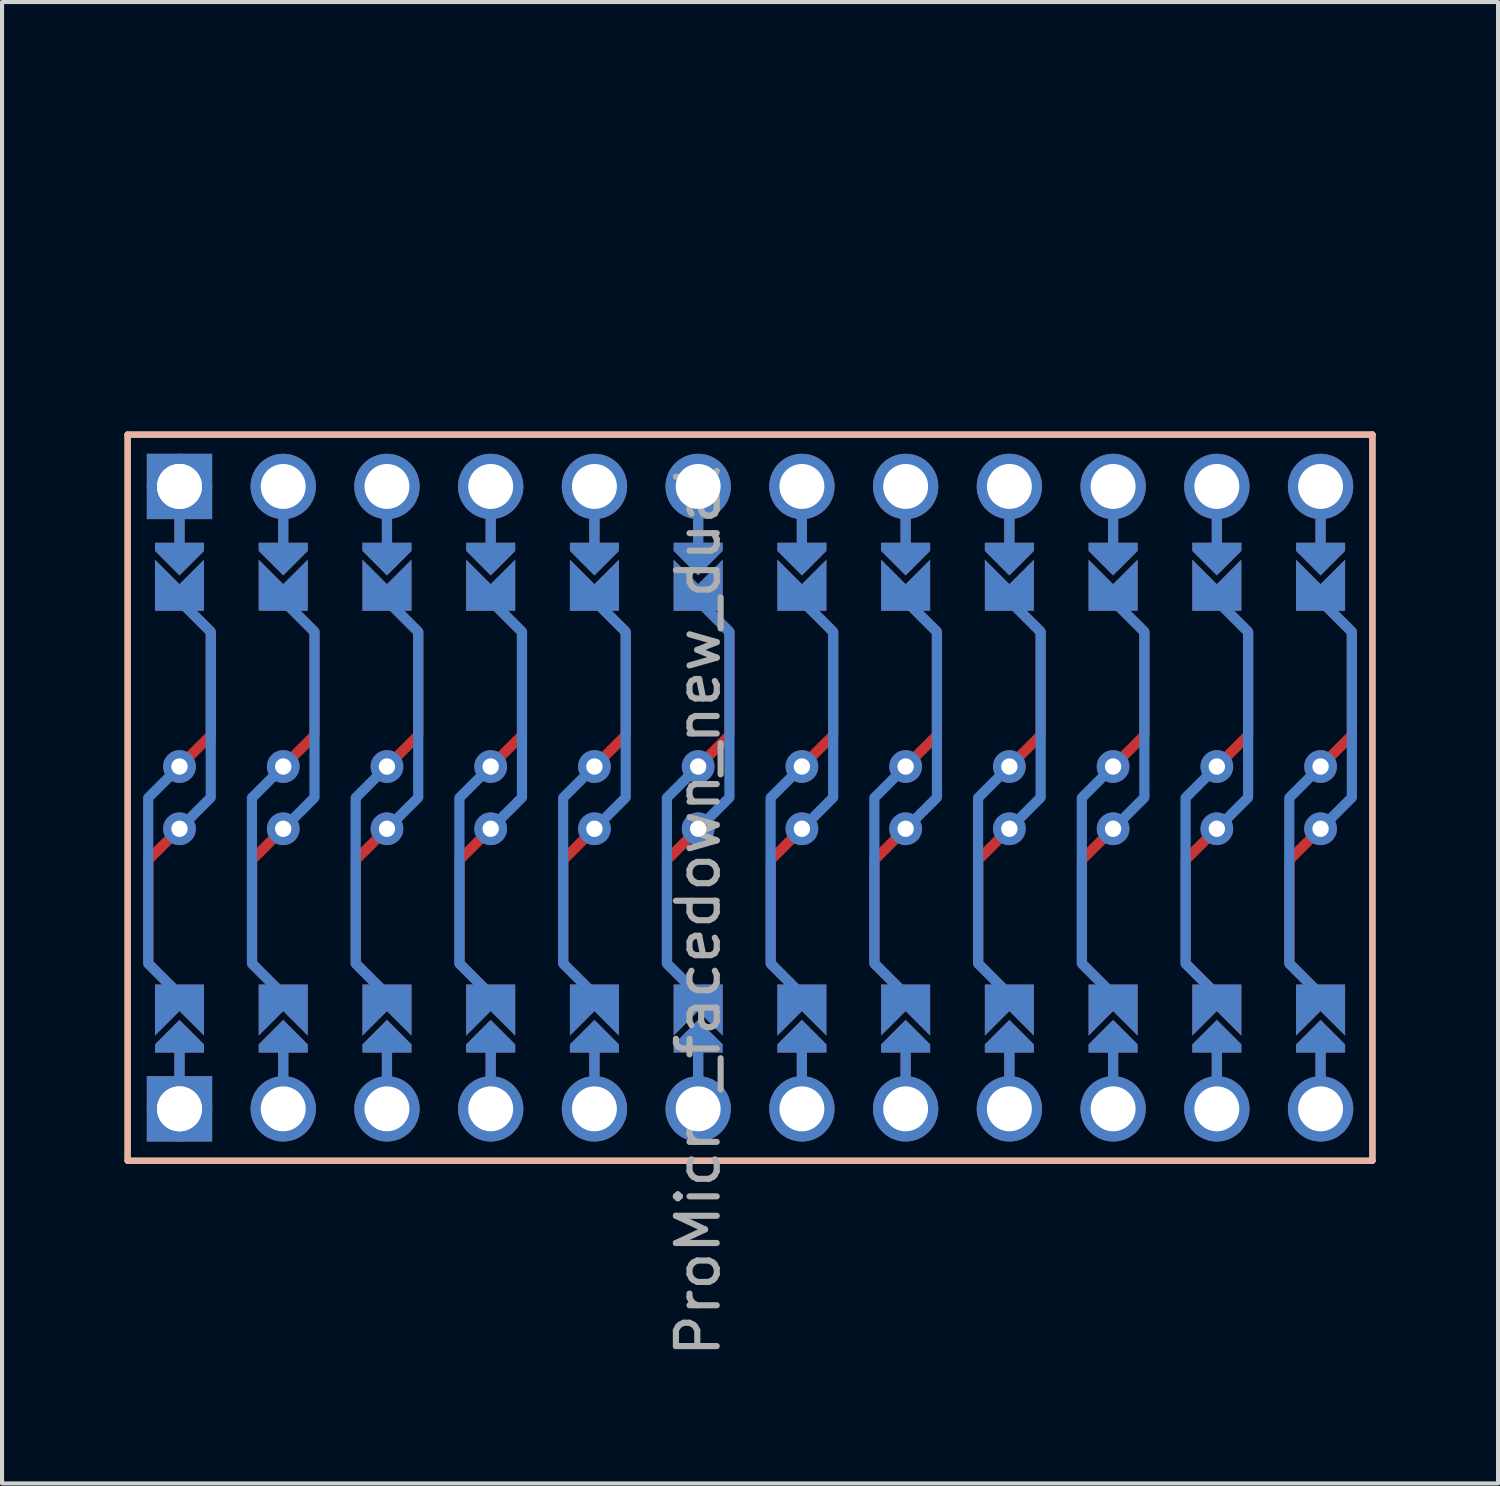
<source format=kicad_pcb>
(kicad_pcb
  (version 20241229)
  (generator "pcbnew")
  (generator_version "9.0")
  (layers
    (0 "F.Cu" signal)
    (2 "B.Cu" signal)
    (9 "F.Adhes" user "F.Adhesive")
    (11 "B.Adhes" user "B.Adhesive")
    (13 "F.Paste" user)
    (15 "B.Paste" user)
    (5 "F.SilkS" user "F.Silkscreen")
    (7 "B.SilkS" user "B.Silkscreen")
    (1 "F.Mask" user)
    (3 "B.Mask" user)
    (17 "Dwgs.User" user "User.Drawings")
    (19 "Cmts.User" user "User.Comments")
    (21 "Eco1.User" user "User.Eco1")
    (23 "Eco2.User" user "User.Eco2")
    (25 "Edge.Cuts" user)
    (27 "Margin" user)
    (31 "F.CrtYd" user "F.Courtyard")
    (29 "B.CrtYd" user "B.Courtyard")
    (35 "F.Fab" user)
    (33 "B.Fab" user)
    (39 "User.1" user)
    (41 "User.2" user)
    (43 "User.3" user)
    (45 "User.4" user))
  (footprint "ProMicro_facedown_new_dual"
    (layer "F.Cu")
    (at 15.315 16.481)
    (property "Reference" "ProMicro_facedown_new_dual" (at -1.27 2.762 270) (layer "F.Fab") (effects (font (size 1 1) (thickness 0.15))))
    (attr through_hole)
    (fp_circle (center -13.97 -0.762) (end -13.845 -0.762) (stroke (width 0.25) (type solid)) (fill no) (layer "F.Mask"))
    (fp_circle (center -13.97 0.762) (end -13.845 0.762) (stroke (width 0.25) (type solid)) (fill no) (layer "F.Mask"))
    (fp_circle (center -11.43 -0.762) (end -11.305 -0.762) (stroke (width 0.25) (type solid)) (fill no) (layer "F.Mask"))
    (fp_circle (center -11.43 0.762) (end -11.305 0.762) (stroke (width 0.25) (type solid)) (fill no) (layer "F.Mask"))
    (fp_circle (center -8.89 -0.762) (end -8.765 -0.762) (stroke (width 0.25) (type solid)) (fill no) (layer "F.Mask"))
    (fp_circle (center -8.89 0.762) (end -8.765 0.762) (stroke (width 0.25) (type solid)) (fill no) (layer "F.Mask"))
    (fp_circle (center -6.35 -0.762) (end -6.225 -0.762) (stroke (width 0.25) (type solid)) (fill no) (layer "F.Mask"))
    (fp_circle (center -6.35 0.762) (end -6.225 0.762) (stroke (width 0.25) (type solid)) (fill no) (layer "F.Mask"))
    (fp_circle (center -3.81 -0.762) (end -3.685 -0.762) (stroke (width 0.25) (type solid)) (fill no) (layer "F.Mask"))
    (fp_circle (center -3.81 0.762) (end -3.685 0.762) (stroke (width 0.25) (type solid)) (fill no) (layer "F.Mask"))
    (fp_circle (center -1.27 -0.762) (end -1.145 -0.762) (stroke (width 0.25) (type solid)) (fill no) (layer "F.Mask"))
    (fp_circle (center -1.27 0.762) (end -1.145 0.762) (stroke (width 0.25) (type solid)) (fill no) (layer "F.Mask"))
    (fp_circle (center 1.27 -0.762) (end 1.395 -0.762) (stroke (width 0.25) (type solid)) (fill no) (layer "F.Mask"))
    (fp_circle (center 1.27 0.762) (end 1.395 0.762) (stroke (width 0.25) (type solid)) (fill no) (layer "F.Mask"))
    (fp_circle (center 3.81 -0.762) (end 3.935 -0.762) (stroke (width 0.25) (type solid)) (fill no) (layer "F.Mask"))
    (fp_circle (center 3.81 0.762) (end 3.935 0.762) (stroke (width 0.25) (type solid)) (fill no) (layer "F.Mask"))
    (fp_circle (center 6.35 -0.762) (end 6.475 -0.762) (stroke (width 0.25) (type solid)) (fill no) (layer "F.Mask"))
    (fp_circle (center 6.35 0.762) (end 6.475 0.762) (stroke (width 0.25) (type solid)) (fill no) (layer "F.Mask"))
    (fp_circle (center 8.89 -0.762) (end 9.015 -0.762) (stroke (width 0.25) (type solid)) (fill no) (layer "F.Mask"))
    (fp_circle (center 8.89 0.762) (end 9.015 0.762) (stroke (width 0.25) (type solid)) (fill no) (layer "F.Mask"))
    (fp_circle (center 11.43 -0.762) (end 11.555 -0.762) (stroke (width 0.25) (type solid)) (fill no) (layer "F.Mask"))
    (fp_circle (center 11.43 0.762) (end 11.555 0.762) (stroke (width 0.25) (type solid)) (fill no) (layer "F.Mask"))
    (fp_circle (center 13.97 -0.762) (end 14.095 -0.762) (stroke (width 0.25) (type solid)) (fill no) (layer "F.Mask"))
    (fp_circle (center 13.97 0.762) (end 14.095 0.762) (stroke (width 0.25) (type solid)) (fill no) (layer "F.Mask"))
    (fp_poly (pts (xy -14.478 5.08) (xy -13.462 5.08) (xy -13.462 6.096) (xy -14.478 6.096)) (stroke (width 0.1) (type solid)) (fill yes) (layer "F.Mask"))
    (fp_poly (pts (xy -13.462 -5.08) (xy -14.478 -5.08) (xy -14.478 -6.096) (xy -13.462 -6.096)) (stroke (width 0.1) (type solid)) (fill yes) (layer "F.Mask"))
    (fp_poly (pts (xy -11.938 5.08) (xy -10.922 5.08) (xy -10.922 6.096) (xy -11.938 6.096)) (stroke (width 0.1) (type solid)) (fill yes) (layer "F.Mask"))
    (fp_poly (pts (xy -10.922 -5.08) (xy -11.938 -5.08) (xy -11.938 -6.096) (xy -10.922 -6.096)) (stroke (width 0.1) (type solid)) (fill yes) (layer "F.Mask"))
    (fp_poly (pts (xy -9.398 5.08) (xy -8.382 5.08) (xy -8.382 6.096) (xy -9.398 6.096)) (stroke (width 0.1) (type solid)) (fill yes) (layer "F.Mask"))
    (fp_poly (pts (xy -8.382 -5.08) (xy -9.398 -5.08) (xy -9.398 -6.096) (xy -8.382 -6.096)) (stroke (width 0.1) (type solid)) (fill yes) (layer "F.Mask"))
    (fp_poly (pts (xy -6.858 5.08) (xy -5.842 5.08) (xy -5.842 6.096) (xy -6.858 6.096)) (stroke (width 0.1) (type solid)) (fill yes) (layer "F.Mask"))
    (fp_poly (pts (xy -5.842 -5.08) (xy -6.858 -5.08) (xy -6.858 -6.096) (xy -5.842 -6.096)) (stroke (width 0.1) (type solid)) (fill yes) (layer "F.Mask"))
    (fp_poly (pts (xy -4.318 5.08) (xy -3.302 5.08) (xy -3.302 6.096) (xy -4.318 6.096)) (stroke (width 0.1) (type solid)) (fill yes) (layer "F.Mask"))
    (fp_poly (pts (xy -3.302 -5.08) (xy -4.318 -5.08) (xy -4.318 -6.096) (xy -3.302 -6.096)) (stroke (width 0.1) (type solid)) (fill yes) (layer "F.Mask"))
    (fp_poly (pts (xy -1.778 5.08) (xy -0.762 5.08) (xy -0.762 6.096) (xy -1.778 6.096)) (stroke (width 0.1) (type solid)) (fill yes) (layer "F.Mask"))
    (fp_poly (pts (xy -0.762 -5.08) (xy -1.778 -5.08) (xy -1.778 -6.096) (xy -0.762 -6.096)) (stroke (width 0.1) (type solid)) (fill yes) (layer "F.Mask"))
    (fp_poly (pts (xy 0.762 5.08) (xy 1.778 5.08) (xy 1.778 6.096) (xy 0.762 6.096)) (stroke (width 0.1) (type solid)) (fill yes) (layer "F.Mask"))
    (fp_poly (pts (xy 1.778 -5.08) (xy 0.762 -5.08) (xy 0.762 -6.096) (xy 1.778 -6.096)) (stroke (width 0.1) (type solid)) (fill yes) (layer "F.Mask"))
    (fp_poly (pts (xy 3.302 5.08) (xy 4.318 5.08) (xy 4.318 6.096) (xy 3.302 6.096)) (stroke (width 0.1) (type solid)) (fill yes) (layer "F.Mask"))
    (fp_poly (pts (xy 4.318 -5.08) (xy 3.302 -5.08) (xy 3.302 -6.096) (xy 4.318 -6.096)) (stroke (width 0.1) (type solid)) (fill yes) (layer "F.Mask"))
    (fp_poly (pts (xy 5.842 5.08) (xy 6.858 5.08) (xy 6.858 6.096) (xy 5.842 6.096)) (stroke (width 0.1) (type solid)) (fill yes) (layer "F.Mask"))
    (fp_poly (pts (xy 6.858 -5.08) (xy 5.842 -5.08) (xy 5.842 -6.096) (xy 6.858 -6.096)) (stroke (width 0.1) (type solid)) (fill yes) (layer "F.Mask"))
    (fp_poly (pts (xy 8.382 5.08) (xy 9.398 5.08) (xy 9.398 6.096) (xy 8.382 6.096)) (stroke (width 0.1) (type solid)) (fill yes) (layer "F.Mask"))
    (fp_poly (pts (xy 9.398 -5.08) (xy 8.382 -5.08) (xy 8.382 -6.096) (xy 9.398 -6.096)) (stroke (width 0.1) (type solid)) (fill yes) (layer "F.Mask"))
    (fp_poly (pts (xy 10.922 5.08) (xy 11.938 5.08) (xy 11.938 6.096) (xy 10.922 6.096)) (stroke (width 0.1) (type solid)) (fill yes) (layer "F.Mask"))
    (fp_poly (pts (xy 11.938 -5.08) (xy 10.922 -5.08) (xy 10.922 -6.096) (xy 11.938 -6.096)) (stroke (width 0.1) (type solid)) (fill yes) (layer "F.Mask"))
    (fp_poly (pts (xy 13.462 5.08) (xy 14.478 5.08) (xy 14.478 6.096) (xy 13.462 6.096)) (stroke (width 0.1) (type solid)) (fill yes) (layer "F.Mask"))
    (fp_poly (pts (xy 14.478 -5.08) (xy 13.462 -5.08) (xy 13.462 -6.096) (xy 14.478 -6.096)) (stroke (width 0.1) (type solid)) (fill yes) (layer "F.Mask"))
    (fp_circle (center -13.97 -0.762) (end -13.845 -0.762) (stroke (width 0.25) (type solid)) (fill no) (layer "B.Mask"))
    (fp_circle (center -13.97 0.762) (end -13.845 0.762) (stroke (width 0.25) (type solid)) (fill no) (layer "B.Mask"))
    (fp_circle (center -11.43 -0.762) (end -11.305 -0.762) (stroke (width 0.25) (type solid)) (fill no) (layer "B.Mask"))
    (fp_circle (center -11.43 0.762) (end -11.305 0.762) (stroke (width 0.25) (type solid)) (fill no) (layer "B.Mask"))
    (fp_circle (center -8.89 -0.762) (end -8.765 -0.762) (stroke (width 0.25) (type solid)) (fill no) (layer "B.Mask"))
    (fp_circle (center -8.89 0.762) (end -8.765 0.762) (stroke (width 0.25) (type solid)) (fill no) (layer "B.Mask"))
    (fp_circle (center -6.35 -0.762) (end -6.225 -0.762) (stroke (width 0.25) (type solid)) (fill no) (layer "B.Mask"))
    (fp_circle (center -6.35 0.762) (end -6.225 0.762) (stroke (width 0.25) (type solid)) (fill no) (layer "B.Mask"))
    (fp_circle (center -3.81 -0.762) (end -3.685 -0.762) (stroke (width 0.25) (type solid)) (fill no) (layer "B.Mask"))
    (fp_circle (center -3.81 0.762) (end -3.685 0.762) (stroke (width 0.25) (type solid)) (fill no) (layer "B.Mask"))
    (fp_circle (center -1.27 -0.762) (end -1.145 -0.762) (stroke (width 0.25) (type solid)) (fill no) (layer "B.Mask"))
    (fp_circle (center -1.27 0.762) (end -1.145 0.762) (stroke (width 0.25) (type solid)) (fill no) (layer "B.Mask"))
    (fp_circle (center 1.27 -0.762) (end 1.395 -0.762) (stroke (width 0.25) (type solid)) (fill no) (layer "B.Mask"))
    (fp_circle (center 1.27 0.762) (end 1.395 0.762) (stroke (width 0.25) (type solid)) (fill no) (layer "B.Mask"))
    (fp_circle (center 3.81 -0.762) (end 3.935 -0.762) (stroke (width 0.25) (type solid)) (fill no) (layer "B.Mask"))
    (fp_circle (center 3.81 0.762) (end 3.935 0.762) (stroke (width 0.25) (type solid)) (fill no) (layer "B.Mask"))
    (fp_circle (center 6.35 -0.762) (end 6.475 -0.762) (stroke (width 0.25) (type solid)) (fill no) (layer "B.Mask"))
    (fp_circle (center 6.35 0.762) (end 6.475 0.762) (stroke (width 0.25) (type solid)) (fill no) (layer "B.Mask"))
    (fp_circle (center 8.89 -0.762) (end 9.015 -0.762) (stroke (width 0.25) (type solid)) (fill no) (layer "B.Mask"))
    (fp_circle (center 8.89 0.762) (end 9.015 0.762) (stroke (width 0.25) (type solid)) (fill no) (layer "B.Mask"))
    (fp_circle (center 11.43 -0.762) (end 11.555 -0.762) (stroke (width 0.25) (type solid)) (fill no) (layer "B.Mask"))
    (fp_circle (center 11.43 0.762) (end 11.555 0.762) (stroke (width 0.25) (type solid)) (fill no) (layer "B.Mask"))
    (fp_circle (center 13.97 -0.762) (end 14.095 -0.762) (stroke (width 0.25) (type solid)) (fill no) (layer "B.Mask"))
    (fp_circle (center 13.97 0.762) (end 14.095 0.762) (stroke (width 0.25) (type solid)) (fill no) (layer "B.Mask"))
    (fp_poly (pts (xy -14.478 5.08) (xy -13.462 5.08) (xy -13.462 6.096) (xy -14.478 6.096)) (stroke (width 0.1) (type solid)) (fill yes) (layer "B.Mask"))
    (fp_poly (pts (xy -13.462 -5.08) (xy -14.478 -5.08) (xy -14.478 -6.096) (xy -13.462 -6.096)) (stroke (width 0.1) (type solid)) (fill yes) (layer "B.Mask"))
    (fp_poly (pts (xy -11.938 5.08) (xy -10.922 5.08) (xy -10.922 6.096) (xy -11.938 6.096)) (stroke (width 0.1) (type solid)) (fill yes) (layer "B.Mask"))
    (fp_poly (pts (xy -10.922 -5.08) (xy -11.938 -5.08) (xy -11.938 -6.096) (xy -10.922 -6.096)) (stroke (width 0.1) (type solid)) (fill yes) (layer "B.Mask"))
    (fp_poly (pts (xy -9.398 5.08) (xy -8.382 5.08) (xy -8.382 6.096) (xy -9.398 6.096)) (stroke (width 0.1) (type solid)) (fill yes) (layer "B.Mask"))
    (fp_poly (pts (xy -8.382 -5.08) (xy -9.398 -5.08) (xy -9.398 -6.096) (xy -8.382 -6.096)) (stroke (width 0.1) (type solid)) (fill yes) (layer "B.Mask"))
    (fp_poly (pts (xy -6.858 5.08) (xy -5.842 5.08) (xy -5.842 6.096) (xy -6.858 6.096)) (stroke (width 0.1) (type solid)) (fill yes) (layer "B.Mask"))
    (fp_poly (pts (xy -5.842 -5.08) (xy -6.858 -5.08) (xy -6.858 -6.096) (xy -5.842 -6.096)) (stroke (width 0.1) (type solid)) (fill yes) (layer "B.Mask"))
    (fp_poly (pts (xy -4.318 5.08) (xy -3.302 5.08) (xy -3.302 6.096) (xy -4.318 6.096)) (stroke (width 0.1) (type solid)) (fill yes) (layer "B.Mask"))
    (fp_poly (pts (xy -3.302 -5.08) (xy -4.318 -5.08) (xy -4.318 -6.096) (xy -3.302 -6.096)) (stroke (width 0.1) (type solid)) (fill yes) (layer "B.Mask"))
    (fp_poly (pts (xy -1.778 5.08) (xy -0.762 5.08) (xy -0.762 6.096) (xy -1.778 6.096)) (stroke (width 0.1) (type solid)) (fill yes) (layer "B.Mask"))
    (fp_poly (pts (xy -0.762 -5.08) (xy -1.778 -5.08) (xy -1.778 -6.096) (xy -0.762 -6.096)) (stroke (width 0.1) (type solid)) (fill yes) (layer "B.Mask"))
    (fp_poly (pts (xy 0.762 5.08) (xy 1.778 5.08) (xy 1.778 6.096) (xy 0.762 6.096)) (stroke (width 0.1) (type solid)) (fill yes) (layer "B.Mask"))
    (fp_poly (pts (xy 1.778 -5.08) (xy 0.762 -5.08) (xy 0.762 -6.096) (xy 1.778 -6.096)) (stroke (width 0.1) (type solid)) (fill yes) (layer "B.Mask"))
    (fp_poly (pts (xy 3.302 5.08) (xy 4.318 5.08) (xy 4.318 6.096) (xy 3.302 6.096)) (stroke (width 0.1) (type solid)) (fill yes) (layer "B.Mask"))
    (fp_poly (pts (xy 4.318 -5.08) (xy 3.302 -5.08) (xy 3.302 -6.096) (xy 4.318 -6.096)) (stroke (width 0.1) (type solid)) (fill yes) (layer "B.Mask"))
    (fp_poly (pts (xy 5.842 5.08) (xy 6.858 5.08) (xy 6.858 6.096) (xy 5.842 6.096)) (stroke (width 0.1) (type solid)) (fill yes) (layer "B.Mask"))
    (fp_poly (pts (xy 6.858 -5.08) (xy 5.842 -5.08) (xy 5.842 -6.096) (xy 6.858 -6.096)) (stroke (width 0.1) (type solid)) (fill yes) (layer "B.Mask"))
    (fp_poly (pts (xy 8.382 5.08) (xy 9.398 5.08) (xy 9.398 6.096) (xy 8.382 6.096)) (stroke (width 0.1) (type solid)) (fill yes) (layer "B.Mask"))
    (fp_poly (pts (xy 9.398 -5.08) (xy 8.382 -5.08) (xy 8.382 -6.096) (xy 9.398 -6.096)) (stroke (width 0.1) (type solid)) (fill yes) (layer "B.Mask"))
    (fp_poly (pts (xy 10.922 5.08) (xy 11.938 5.08) (xy 11.938 6.096) (xy 10.922 6.096)) (stroke (width 0.1) (type solid)) (fill yes) (layer "B.Mask"))
    (fp_poly (pts (xy 11.938 -5.08) (xy 10.922 -5.08) (xy 10.922 -6.096) (xy 11.938 -6.096)) (stroke (width 0.1) (type solid)) (fill yes) (layer "B.Mask"))
    (fp_poly (pts (xy 13.462 5.08) (xy 14.478 5.08) (xy 14.478 6.096) (xy 13.462 6.096)) (stroke (width 0.1) (type solid)) (fill yes) (layer "B.Mask"))
    (fp_poly (pts (xy 14.478 -5.08) (xy 13.462 -5.08) (xy 13.462 -6.096) (xy 14.478 -6.096)) (stroke (width 0.1) (type solid)) (fill yes) (layer "B.Mask"))
    (fp_line (start -15.24 -8.89) (end 15.24 -8.89) (stroke (width 0.15) (type solid)) (layer "F.SilkS"))
    (fp_line (start -15.24 8.89) (end -15.24 -8.89) (stroke (width 0.15) (type solid)) (layer "F.SilkS"))
    (fp_line (start -15.24 8.89) (end 15.24 8.89) (stroke (width 0.15) (type solid)) (layer "F.SilkS"))
    (fp_line (start 15.24 -8.89) (end 15.24 8.89) (stroke (width 0.15) (type solid)) (layer "F.SilkS"))
    (fp_line (start -15.24 -8.89) (end 15.24 -8.89) (stroke (width 0.15) (type solid)) (layer "B.SilkS"))
    (fp_line (start -15.24 8.89) (end -15.24 -8.89) (stroke (width 0.15) (type solid)) (layer "B.SilkS"))
    (fp_line (start -15.24 8.89) (end 15.24 8.89) (stroke (width 0.15) (type solid)) (layer "B.SilkS"))
    (fp_line (start 15.24 -8.89) (end 15.24 8.89) (stroke (width 0.15) (type solid)) (layer "B.SilkS"))
    (fp_text user "" (at -1.206 -16.256 90) (layer "B.SilkS") (effects (font (size 1 1) (thickness 0.15)) (justify mirror)))
    (pad "" thru_hole circle (at -13.97 -7.62) (size 1.6 1.6) (drill 1.1) (layers "*.Cu" "*.Mask"))
    (pad "" thru_hole rect (at -13.97 -7.62) (size 1.6 1.6) (drill 1.1) (layers "B.Cu" "B.Mask"))
    (pad "" smd custom (at -13.97 -6.35) (size 0.25 1) (layers "F.Cu") (options (anchor rect)) (primitives))
    (pad "" smd custom (at -13.97 -6.35) (size 0.25 1) (layers "B.Cu") (options (anchor rect)) (primitives))
    (pad "" smd custom (at -13.97 -5.842) (size 0.1 0.1) (layers "F.Cu" "F.Mask") (options (anchor rect)) (primitives (gr_poly (pts (xy 0.6 -0.2) (xy 0 0.4) (xy -0.6 -0.2) (xy -0.6 -0.4) (xy 0.6 -0.4)) (width 0) (fill yes))))
    (pad "" smd custom (at -13.97 -5.842) (size 0.1 0.1) (layers "B.Cu" "B.Mask") (options (anchor rect)) (primitives (gr_poly (pts (xy 0.6 -0.2) (xy 0 0.4) (xy -0.6 -0.2) (xy -0.6 -0.4) (xy 0.6 -0.4)) (width 0) (fill yes))))
    (pad "" smd custom (at -13.97 5.842 180) (size 0.1 0.1) (layers "F.Cu" "F.Mask") (options (anchor rect)) (primitives (gr_poly (pts (xy 0.6 -0.2) (xy 0 0.4) (xy -0.6 -0.2) (xy -0.6 -0.4) (xy 0.6 -0.4)) (width 0) (fill yes))))
    (pad "" smd custom (at -13.97 5.842 180) (size 0.1 0.1) (layers "B.Cu" "B.Mask") (options (anchor rect)) (primitives (gr_poly (pts (xy 0.6 -0.2) (xy 0 0.4) (xy -0.6 -0.2) (xy -0.6 -0.4) (xy 0.6 -0.4)) (width 0) (fill yes))))
    (pad "" smd custom (at -13.97 6.35 180) (size 0.25 1) (layers "F.Cu") (options (anchor rect)) (primitives))
    (pad "" smd custom (at -13.97 6.35 180) (size 0.25 1) (layers "B.Cu") (options (anchor rect)) (primitives))
    (pad "" thru_hole circle (at -13.97 7.62) (size 1.6 1.6) (drill 1.1) (layers "*.Cu" "*.Mask"))
    (pad "" thru_hole rect (at -13.97 7.62) (size 1.6 1.6) (drill 1.1) (layers "F.Cu" "F.Mask"))
    (pad "" thru_hole circle (at -11.43 -7.62) (size 1.6 1.6) (drill 1.1) (layers "*.Cu" "*.Mask"))
    (pad "" smd custom (at -11.43 -6.35) (size 0.25 1) (layers "F.Cu") (options (anchor rect)) (primitives))
    (pad "" smd custom (at -11.43 -6.35) (size 0.25 1) (layers "B.Cu") (options (anchor rect)) (primitives))
    (pad "" smd custom (at -11.43 -5.842) (size 0.1 0.1) (layers "F.Cu" "F.Mask") (options (anchor rect)) (primitives (gr_poly (pts (xy 0.6 -0.2) (xy 0 0.4) (xy -0.6 -0.2) (xy -0.6 -0.4) (xy 0.6 -0.4)) (width 0) (fill yes))))
    (pad "" smd custom (at -11.43 -5.842) (size 0.1 0.1) (layers "B.Cu" "B.Mask") (options (anchor rect)) (primitives (gr_poly (pts (xy 0.6 -0.2) (xy 0 0.4) (xy -0.6 -0.2) (xy -0.6 -0.4) (xy 0.6 -0.4)) (width 0) (fill yes))))
    (pad "" smd custom (at -11.43 5.842 180) (size 0.1 0.1) (layers "F.Cu" "F.Mask") (options (anchor rect)) (primitives (gr_poly (pts (xy 0.6 -0.2) (xy 0 0.4) (xy -0.6 -0.2) (xy -0.6 -0.4) (xy 0.6 -0.4)) (width 0) (fill yes))))
    (pad "" smd custom (at -11.43 5.842 180) (size 0.1 0.1) (layers "B.Cu" "B.Mask") (options (anchor rect)) (primitives (gr_poly (pts (xy 0.6 -0.2) (xy 0 0.4) (xy -0.6 -0.2) (xy -0.6 -0.4) (xy 0.6 -0.4)) (width 0) (fill yes))))
    (pad "" smd custom (at -11.43 6.35 180) (size 0.25 1) (layers "F.Cu") (options (anchor rect)) (primitives))
    (pad "" smd custom (at -11.43 6.35 180) (size 0.25 1) (layers "B.Cu") (options (anchor rect)) (primitives))
    (pad "" thru_hole circle (at -11.43 7.62) (size 1.6 1.6) (drill 1.1) (layers "*.Cu" "*.Mask"))
    (pad "" thru_hole circle (at -8.89 -7.62) (size 1.6 1.6) (drill 1.1) (layers "*.Cu" "*.Mask"))
    (pad "" smd custom (at -8.89 -6.35) (size 0.25 1) (layers "F.Cu") (options (anchor rect)) (primitives))
    (pad "" smd custom (at -8.89 -6.35) (size 0.25 1) (layers "B.Cu") (options (anchor rect)) (primitives))
    (pad "" smd custom (at -8.89 -5.842) (size 0.1 0.1) (layers "F.Cu" "F.Mask") (options (anchor rect)) (primitives (gr_poly (pts (xy 0.6 -0.2) (xy 0 0.4) (xy -0.6 -0.2) (xy -0.6 -0.4) (xy 0.6 -0.4)) (width 0) (fill yes))))
    (pad "" smd custom (at -8.89 -5.842) (size 0.1 0.1) (layers "B.Cu" "B.Mask") (options (anchor rect)) (primitives (gr_poly (pts (xy 0.6 -0.2) (xy 0 0.4) (xy -0.6 -0.2) (xy -0.6 -0.4) (xy 0.6 -0.4)) (width 0) (fill yes))))
    (pad "" smd custom (at -8.89 5.842 180) (size 0.1 0.1) (layers "F.Cu" "F.Mask") (options (anchor rect)) (primitives (gr_poly (pts (xy 0.6 -0.2) (xy 0 0.4) (xy -0.6 -0.2) (xy -0.6 -0.4) (xy 0.6 -0.4)) (width 0) (fill yes))))
    (pad "" smd custom (at -8.89 5.842 180) (size 0.1 0.1) (layers "B.Cu" "B.Mask") (options (anchor rect)) (primitives (gr_poly (pts (xy 0.6 -0.2) (xy 0 0.4) (xy -0.6 -0.2) (xy -0.6 -0.4) (xy 0.6 -0.4)) (width 0) (fill yes))))
    (pad "" smd custom (at -8.89 6.35 180) (size 0.25 1) (layers "F.Cu") (options (anchor rect)) (primitives))
    (pad "" smd custom (at -8.89 6.35 180) (size 0.25 1) (layers "B.Cu") (options (anchor rect)) (primitives))
    (pad "" thru_hole circle (at -8.89 7.62) (size 1.6 1.6) (drill 1.1) (layers "*.Cu" "*.Mask"))
    (pad "" thru_hole circle (at -6.35 -7.62) (size 1.6 1.6) (drill 1.1) (layers "*.Cu" "*.Mask"))
    (pad "" smd custom (at -6.35 -6.35) (size 0.25 1) (layers "F.Cu") (options (anchor rect)) (primitives))
    (pad "" smd custom (at -6.35 -6.35) (size 0.25 1) (layers "B.Cu") (options (anchor rect)) (primitives))
    (pad "" smd custom (at -6.35 -5.842) (size 0.1 0.1) (layers "F.Cu" "F.Mask") (options (anchor rect)) (primitives (gr_poly (pts (xy 0.6 -0.2) (xy 0 0.4) (xy -0.6 -0.2) (xy -0.6 -0.4) (xy 0.6 -0.4)) (width 0) (fill yes))))
    (pad "" smd custom (at -6.35 -5.842) (size 0.1 0.1) (layers "B.Cu" "B.Mask") (options (anchor rect)) (primitives (gr_poly (pts (xy 0.6 -0.2) (xy 0 0.4) (xy -0.6 -0.2) (xy -0.6 -0.4) (xy 0.6 -0.4)) (width 0) (fill yes))))
    (pad "" smd custom (at -6.35 5.842 180) (size 0.1 0.1) (layers "F.Cu" "F.Mask") (options (anchor rect)) (primitives (gr_poly (pts (xy 0.6 -0.2) (xy 0 0.4) (xy -0.6 -0.2) (xy -0.6 -0.4) (xy 0.6 -0.4)) (width 0) (fill yes))))
    (pad "" smd custom (at -6.35 5.842 180) (size 0.1 0.1) (layers "B.Cu" "B.Mask") (options (anchor rect)) (primitives (gr_poly (pts (xy 0.6 -0.2) (xy 0 0.4) (xy -0.6 -0.2) (xy -0.6 -0.4) (xy 0.6 -0.4)) (width 0) (fill yes))))
    (pad "" smd custom (at -6.35 6.35 180) (size 0.25 1) (layers "F.Cu") (options (anchor rect)) (primitives))
    (pad "" smd custom (at -6.35 6.35 180) (size 0.25 1) (layers "B.Cu") (options (anchor rect)) (primitives))
    (pad "" thru_hole circle (at -6.35 7.62) (size 1.6 1.6) (drill 1.1) (layers "*.Cu" "*.Mask"))
    (pad "" thru_hole circle (at -3.81 -7.62) (size 1.6 1.6) (drill 1.1) (layers "*.Cu" "*.Mask"))
    (pad "" smd custom (at -3.81 -6.35) (size 0.25 1) (layers "F.Cu") (options (anchor rect)) (primitives))
    (pad "" smd custom (at -3.81 -6.35) (size 0.25 1) (layers "B.Cu") (options (anchor rect)) (primitives))
    (pad "" smd custom (at -3.81 -5.842) (size 0.1 0.1) (layers "F.Cu" "F.Mask") (options (anchor rect)) (primitives (gr_poly (pts (xy 0.6 -0.2) (xy 0 0.4) (xy -0.6 -0.2) (xy -0.6 -0.4) (xy 0.6 -0.4)) (width 0) (fill yes))))
    (pad "" smd custom (at -3.81 -5.842) (size 0.1 0.1) (layers "B.Cu" "B.Mask") (options (anchor rect)) (primitives (gr_poly (pts (xy 0.6 -0.2) (xy 0 0.4) (xy -0.6 -0.2) (xy -0.6 -0.4) (xy 0.6 -0.4)) (width 0) (fill yes))))
    (pad "" smd custom (at -3.81 5.842 180) (size 0.1 0.1) (layers "F.Cu" "F.Mask") (options (anchor rect)) (primitives (gr_poly (pts (xy 0.6 -0.2) (xy 0 0.4) (xy -0.6 -0.2) (xy -0.6 -0.4) (xy 0.6 -0.4)) (width 0) (fill yes))))
    (pad "" smd custom (at -3.81 5.842 180) (size 0.1 0.1) (layers "B.Cu" "B.Mask") (options (anchor rect)) (primitives (gr_poly (pts (xy 0.6 -0.2) (xy 0 0.4) (xy -0.6 -0.2) (xy -0.6 -0.4) (xy 0.6 -0.4)) (width 0) (fill yes))))
    (pad "" smd custom (at -3.81 6.35 180) (size 0.25 1) (layers "F.Cu") (options (anchor rect)) (primitives))
    (pad "" smd custom (at -3.81 6.35 180) (size 0.25 1) (layers "B.Cu") (options (anchor rect)) (primitives))
    (pad "" thru_hole circle (at -3.81 7.62) (size 1.6 1.6) (drill 1.1) (layers "*.Cu" "*.Mask"))
    (pad "" thru_hole circle (at -1.27 -7.62) (size 1.6 1.6) (drill 1.1) (layers "*.Cu" "*.Mask"))
    (pad "" smd custom (at -1.27 -6.35) (size 0.25 1) (layers "F.Cu") (options (anchor rect)) (primitives))
    (pad "" smd custom (at -1.27 -6.35) (size 0.25 1) (layers "B.Cu") (options (anchor rect)) (primitives))
    (pad "" smd custom (at -1.27 -5.842) (size 0.1 0.1) (layers "F.Cu" "F.Mask") (options (anchor rect)) (primitives (gr_poly (pts (xy 0.6 -0.2) (xy 0 0.4) (xy -0.6 -0.2) (xy -0.6 -0.4) (xy 0.6 -0.4)) (width 0) (fill yes))))
    (pad "" smd custom (at -1.27 -5.842) (size 0.1 0.1) (layers "B.Cu" "B.Mask") (options (anchor rect)) (primitives (gr_poly (pts (xy 0.6 -0.2) (xy 0 0.4) (xy -0.6 -0.2) (xy -0.6 -0.4) (xy 0.6 -0.4)) (width 0) (fill yes))))
    (pad "" smd custom (at -1.27 5.842 180) (size 0.1 0.1) (layers "F.Cu" "F.Mask") (options (anchor rect)) (primitives (gr_poly (pts (xy 0.6 -0.2) (xy 0 0.4) (xy -0.6 -0.2) (xy -0.6 -0.4) (xy 0.6 -0.4)) (width 0) (fill yes))))
    (pad "" smd custom (at -1.27 5.842 180) (size 0.1 0.1) (layers "B.Cu" "B.Mask") (options (anchor rect)) (primitives (gr_poly (pts (xy 0.6 -0.2) (xy 0 0.4) (xy -0.6 -0.2) (xy -0.6 -0.4) (xy 0.6 -0.4)) (width 0) (fill yes))))
    (pad "" smd custom (at -1.27 6.35 180) (size 0.25 1) (layers "F.Cu") (options (anchor rect)) (primitives))
    (pad "" smd custom (at -1.27 6.35 180) (size 0.25 1) (layers "B.Cu") (options (anchor rect)) (primitives))
    (pad "" thru_hole circle (at -1.27 7.62) (size 1.6 1.6) (drill 1.1) (layers "*.Cu" "*.Mask"))
    (pad "" thru_hole circle (at 1.27 -7.62) (size 1.6 1.6) (drill 1.1) (layers "*.Cu" "*.Mask"))
    (pad "" smd custom (at 1.27 -6.35) (size 0.25 1) (layers "F.Cu") (options (anchor rect)) (primitives))
    (pad "" smd custom (at 1.27 -6.35) (size 0.25 1) (layers "B.Cu") (options (anchor rect)) (primitives))
    (pad "" smd custom (at 1.27 -5.842) (size 0.1 0.1) (layers "F.Cu" "F.Mask") (options (anchor rect)) (primitives (gr_poly (pts (xy 0.6 -0.2) (xy 0 0.4) (xy -0.6 -0.2) (xy -0.6 -0.4) (xy 0.6 -0.4)) (width 0) (fill yes))))
    (pad "" smd custom (at 1.27 -5.842) (size 0.1 0.1) (layers "B.Cu" "B.Mask") (options (anchor rect)) (primitives (gr_poly (pts (xy 0.6 -0.2) (xy 0 0.4) (xy -0.6 -0.2) (xy -0.6 -0.4) (xy 0.6 -0.4)) (width 0) (fill yes))))
    (pad "" smd custom (at 1.27 5.842 180) (size 0.1 0.1) (layers "F.Cu" "F.Mask") (options (anchor rect)) (primitives (gr_poly (pts (xy 0.6 -0.2) (xy 0 0.4) (xy -0.6 -0.2) (xy -0.6 -0.4) (xy 0.6 -0.4)) (width 0) (fill yes))))
    (pad "" smd custom (at 1.27 5.842 180) (size 0.1 0.1) (layers "B.Cu" "B.Mask") (options (anchor rect)) (primitives (gr_poly (pts (xy 0.6 -0.2) (xy 0 0.4) (xy -0.6 -0.2) (xy -0.6 -0.4) (xy 0.6 -0.4)) (width 0) (fill yes))))
    (pad "" smd custom (at 1.27 6.35 180) (size 0.25 1) (layers "F.Cu") (options (anchor rect)) (primitives))
    (pad "" smd custom (at 1.27 6.35 180) (size 0.25 1) (layers "B.Cu") (options (anchor rect)) (primitives))
    (pad "" thru_hole circle (at 1.27 7.62) (size 1.6 1.6) (drill 1.1) (layers "*.Cu" "*.Mask"))
    (pad "" thru_hole circle (at 3.81 -7.62) (size 1.6 1.6) (drill 1.1) (layers "*.Cu" "*.Mask"))
    (pad "" smd custom (at 3.81 -6.35) (size 0.25 1) (layers "F.Cu") (options (anchor rect)) (primitives))
    (pad "" smd custom (at 3.81 -6.35) (size 0.25 1) (layers "B.Cu") (options (anchor rect)) (primitives))
    (pad "" smd custom (at 3.81 -5.842) (size 0.1 0.1) (layers "F.Cu" "F.Mask") (options (anchor rect)) (primitives (gr_poly (pts (xy 0.6 -0.2) (xy 0 0.4) (xy -0.6 -0.2) (xy -0.6 -0.4) (xy 0.6 -0.4)) (width 0) (fill yes))))
    (pad "" smd custom (at 3.81 -5.842) (size 0.1 0.1) (layers "B.Cu" "B.Mask") (options (anchor rect)) (primitives (gr_poly (pts (xy 0.6 -0.2) (xy 0 0.4) (xy -0.6 -0.2) (xy -0.6 -0.4) (xy 0.6 -0.4)) (width 0) (fill yes))))
    (pad "" smd custom (at 3.81 5.842 180) (size 0.1 0.1) (layers "F.Cu" "F.Mask") (options (anchor rect)) (primitives (gr_poly (pts (xy 0.6 -0.2) (xy 0 0.4) (xy -0.6 -0.2) (xy -0.6 -0.4) (xy 0.6 -0.4)) (width 0) (fill yes))))
    (pad "" smd custom (at 3.81 5.842 180) (size 0.1 0.1) (layers "B.Cu" "B.Mask") (options (anchor rect)) (primitives (gr_poly (pts (xy 0.6 -0.2) (xy 0 0.4) (xy -0.6 -0.2) (xy -0.6 -0.4) (xy 0.6 -0.4)) (width 0) (fill yes))))
    (pad "" smd custom (at 3.81 6.35 180) (size 0.25 1) (layers "F.Cu") (options (anchor rect)) (primitives))
    (pad "" smd custom (at 3.81 6.35 180) (size 0.25 1) (layers "B.Cu") (options (anchor rect)) (primitives))
    (pad "" thru_hole circle (at 3.81 7.62) (size 1.6 1.6) (drill 1.1) (layers "*.Cu" "*.Mask"))
    (pad "" thru_hole circle (at 6.35 -7.62) (size 1.6 1.6) (drill 1.1) (layers "*.Cu" "*.Mask"))
    (pad "" smd custom (at 6.35 -6.35) (size 0.25 1) (layers "F.Cu") (options (anchor rect)) (primitives))
    (pad "" smd custom (at 6.35 -6.35) (size 0.25 1) (layers "B.Cu") (options (anchor rect)) (primitives))
    (pad "" smd custom (at 6.35 -5.842) (size 0.1 0.1) (layers "F.Cu" "F.Mask") (options (anchor rect)) (primitives (gr_poly (pts (xy 0.6 -0.2) (xy 0 0.4) (xy -0.6 -0.2) (xy -0.6 -0.4) (xy 0.6 -0.4)) (width 0) (fill yes))))
    (pad "" smd custom (at 6.35 -5.842) (size 0.1 0.1) (layers "B.Cu" "B.Mask") (options (anchor rect)) (primitives (gr_poly (pts (xy 0.6 -0.2) (xy 0 0.4) (xy -0.6 -0.2) (xy -0.6 -0.4) (xy 0.6 -0.4)) (width 0) (fill yes))))
    (pad "" smd custom (at 6.35 5.842 180) (size 0.1 0.1) (layers "F.Cu" "F.Mask") (options (anchor rect)) (primitives (gr_poly (pts (xy 0.6 -0.2) (xy 0 0.4) (xy -0.6 -0.2) (xy -0.6 -0.4) (xy 0.6 -0.4)) (width 0) (fill yes))))
    (pad "" smd custom (at 6.35 5.842 180) (size 0.1 0.1) (layers "B.Cu" "B.Mask") (options (anchor rect)) (primitives (gr_poly (pts (xy 0.6 -0.2) (xy 0 0.4) (xy -0.6 -0.2) (xy -0.6 -0.4) (xy 0.6 -0.4)) (width 0) (fill yes))))
    (pad "" smd custom (at 6.35 6.35 180) (size 0.25 1) (layers "F.Cu") (options (anchor rect)) (primitives))
    (pad "" smd custom (at 6.35 6.35 180) (size 0.25 1) (layers "B.Cu") (options (anchor rect)) (primitives))
    (pad "" thru_hole circle (at 6.35 7.62) (size 1.6 1.6) (drill 1.1) (layers "*.Cu" "*.Mask"))
    (pad "" thru_hole circle (at 8.89 -7.62) (size 1.6 1.6) (drill 1.1) (layers "*.Cu" "*.Mask"))
    (pad "" smd custom (at 8.89 -6.35) (size 0.25 1) (layers "F.Cu") (options (anchor rect)) (primitives))
    (pad "" smd custom (at 8.89 -6.35) (size 0.25 1) (layers "B.Cu") (options (anchor rect)) (primitives))
    (pad "" smd custom (at 8.89 -5.842) (size 0.1 0.1) (layers "F.Cu" "F.Mask") (options (anchor rect)) (primitives (gr_poly (pts (xy 0.6 -0.2) (xy 0 0.4) (xy -0.6 -0.2) (xy -0.6 -0.4) (xy 0.6 -0.4)) (width 0) (fill yes))))
    (pad "" smd custom (at 8.89 -5.842) (size 0.1 0.1) (layers "B.Cu" "B.Mask") (options (anchor rect)) (primitives (gr_poly (pts (xy 0.6 -0.2) (xy 0 0.4) (xy -0.6 -0.2) (xy -0.6 -0.4) (xy 0.6 -0.4)) (width 0) (fill yes))))
    (pad "" smd custom (at 8.89 5.842 180) (size 0.1 0.1) (layers "F.Cu" "F.Mask") (options (anchor rect)) (primitives (gr_poly (pts (xy 0.6 -0.2) (xy 0 0.4) (xy -0.6 -0.2) (xy -0.6 -0.4) (xy 0.6 -0.4)) (width 0) (fill yes))))
    (pad "" smd custom (at 8.89 5.842 180) (size 0.1 0.1) (layers "B.Cu" "B.Mask") (options (anchor rect)) (primitives (gr_poly (pts (xy 0.6 -0.2) (xy 0 0.4) (xy -0.6 -0.2) (xy -0.6 -0.4) (xy 0.6 -0.4)) (width 0) (fill yes))))
    (pad "" smd custom (at 8.89 6.35 180) (size 0.25 1) (layers "F.Cu") (options (anchor rect)) (primitives))
    (pad "" smd custom (at 8.89 6.35 180) (size 0.25 1) (layers "B.Cu") (options (anchor rect)) (primitives))
    (pad "" thru_hole circle (at 8.89 7.62) (size 1.6 1.6) (drill 1.1) (layers "*.Cu" "*.Mask"))
    (pad "" thru_hole circle (at 11.43 -7.62) (size 1.6 1.6) (drill 1.1) (layers "*.Cu" "*.Mask"))
    (pad "" smd custom (at 11.43 -6.35) (size 0.25 1) (layers "F.Cu") (options (anchor rect)) (primitives))
    (pad "" smd custom (at 11.43 -6.35) (size 0.25 1) (layers "B.Cu") (options (anchor rect)) (primitives))
    (pad "" smd custom (at 11.43 -5.842) (size 0.1 0.1) (layers "F.Cu" "F.Mask") (options (anchor rect)) (primitives (gr_poly (pts (xy 0.6 -0.2) (xy 0 0.4) (xy -0.6 -0.2) (xy -0.6 -0.4) (xy 0.6 -0.4)) (width 0) (fill yes))))
    (pad "" smd custom (at 11.43 -5.842) (size 0.1 0.1) (layers "B.Cu" "B.Mask") (options (anchor rect)) (primitives (gr_poly (pts (xy 0.6 -0.2) (xy 0 0.4) (xy -0.6 -0.2) (xy -0.6 -0.4) (xy 0.6 -0.4)) (width 0) (fill yes))))
    (pad "" smd custom (at 11.43 5.842 180) (size 0.1 0.1) (layers "F.Cu" "F.Mask") (options (anchor rect)) (primitives (gr_poly (pts (xy 0.6 -0.2) (xy 0 0.4) (xy -0.6 -0.2) (xy -0.6 -0.4) (xy 0.6 -0.4)) (width 0) (fill yes))))
    (pad "" smd custom (at 11.43 5.842 180) (size 0.1 0.1) (layers "B.Cu" "B.Mask") (options (anchor rect)) (primitives (gr_poly (pts (xy 0.6 -0.2) (xy 0 0.4) (xy -0.6 -0.2) (xy -0.6 -0.4) (xy 0.6 -0.4)) (width 0) (fill yes))))
    (pad "" smd custom (at 11.43 6.35 180) (size 0.25 1) (layers "F.Cu") (options (anchor rect)) (primitives))
    (pad "" smd custom (at 11.43 6.35 180) (size 0.25 1) (layers "B.Cu") (options (anchor rect)) (primitives))
    (pad "" thru_hole circle (at 11.43 7.62) (size 1.6 1.6) (drill 1.1) (layers "*.Cu" "*.Mask"))
    (pad "" thru_hole circle (at 13.97 -7.62) (size 1.6 1.6) (drill 1.1) (layers "*.Cu" "*.Mask"))
    (pad "" smd custom (at 13.97 -6.35) (size 0.25 1) (layers "F.Cu") (options (anchor rect)) (primitives))
    (pad "" smd custom (at 13.97 -6.35) (size 0.25 1) (layers "B.Cu") (options (anchor rect)) (primitives))
    (pad "" smd custom (at 13.97 -5.842) (size 0.1 0.1) (layers "F.Cu" "F.Mask") (options (anchor rect)) (primitives (gr_poly (pts (xy 0.6 -0.2) (xy 0 0.4) (xy -0.6 -0.2) (xy -0.6 -0.4) (xy 0.6 -0.4)) (width 0) (fill yes))))
    (pad "" smd custom (at 13.97 -5.842) (size 0.1 0.1) (layers "B.Cu" "B.Mask") (options (anchor rect)) (primitives (gr_poly (pts (xy 0.6 -0.2) (xy 0 0.4) (xy -0.6 -0.2) (xy -0.6 -0.4) (xy 0.6 -0.4)) (width 0) (fill yes))))
    (pad "" smd custom (at 13.97 5.842 180) (size 0.1 0.1) (layers "F.Cu" "F.Mask") (options (anchor rect)) (primitives (gr_poly (pts (xy 0.6 -0.2) (xy 0 0.4) (xy -0.6 -0.2) (xy -0.6 -0.4) (xy 0.6 -0.4)) (width 0) (fill yes))))
    (pad "" smd custom (at 13.97 5.842 180) (size 0.1 0.1) (layers "B.Cu" "B.Mask") (options (anchor rect)) (primitives (gr_poly (pts (xy 0.6 -0.2) (xy 0 0.4) (xy -0.6 -0.2) (xy -0.6 -0.4) (xy 0.6 -0.4)) (width 0) (fill yes))))
    (pad "" smd custom (at 13.97 6.35 180) (size 0.25 1) (layers "F.Cu") (options (anchor rect)) (primitives))
    (pad "" smd custom (at 13.97 6.35 180) (size 0.25 1) (layers "B.Cu") (options (anchor rect)) (primitives))
    (pad "" thru_hole circle (at 13.97 7.62) (size 1.6 1.6) (drill 1.1) (layers "*.Cu" "*.Mask"))
    (pad "1" smd custom (at -13.97 -4.826) (size 1.2 0.5) (layers "B.Cu" "B.Mask") (options (anchor rect)) (primitives (gr_poly (pts (xy 0.6 0) (xy -0.6 0) (xy -0.6 -1) (xy 0 -0.4) (xy 0.6 -1)) (width 0) (fill yes))))
    (pad "1" smd custom (at -13.97 0.762 180) (size 0.25 0.25) (layers "F.Cu") (options (anchor circle)) (primitives (gr_line (start 0 0) (end 0.762 -0.762) (width 0.25)) (gr_line (start 0.762 -0.762) (end 0.762 -3.302) (width 0.25)) (gr_line (start 0.762 -3.302) (end 0 -4.064) (width 0.25))))
    (pad "1" smd custom (at -13.97 0.762 180) (size 0.25 0.25) (layers "B.Cu") (options (anchor circle)) (primitives (gr_line (start 0 0) (end -0.766 0.766) (width 0.25)) (gr_line (start -0.766 0.766) (end -0.766 4.822) (width 0.25)) (gr_line (start -0.766 4.822) (end 0 5.588) (width 0.25))))
    (pad "1" thru_hole circle (at -13.97 0.762 180) (size 0.8 0.8) (drill 0.4) (layers "*.Cu"))
    (pad "1" smd custom (at -13.97 4.826 180) (size 1.2 0.5) (layers "F.Cu" "F.Mask") (options (anchor rect)) (primitives (gr_poly (pts (xy 0.6 0) (xy -0.6 0) (xy -0.6 -1) (xy 0 -0.4) (xy 0.6 -1)) (width 0) (fill yes))))
    (pad "2" smd custom (at -11.43 -4.826) (size 1.2 0.5) (layers "B.Cu" "B.Mask") (options (anchor rect)) (primitives (gr_poly (pts (xy 0.6 0) (xy -0.6 0) (xy -0.6 -1) (xy 0 -0.4) (xy 0.6 -1)) (width 0) (fill yes))))
    (pad "2" smd custom (at -11.43 0.762 180) (size 0.25 0.25) (layers "F.Cu") (options (anchor circle)) (primitives (gr_line (start 0 0) (end 0.762 -0.762) (width 0.25)) (gr_line (start 0.762 -0.762) (end 0.762 -3.302) (width 0.25)) (gr_line (start 0.762 -3.302) (end 0 -4.064) (width 0.25))))
    (pad "2" smd custom (at -11.43 0.762 180) (size 0.25 0.25) (layers "B.Cu") (options (anchor circle)) (primitives (gr_line (start 0 0) (end -0.766 0.766) (width 0.25)) (gr_line (start -0.766 0.766) (end -0.766 4.822) (width 0.25)) (gr_line (start -0.766 4.822) (end 0 5.588) (width 0.25))))
    (pad "2" thru_hole circle (at -11.43 0.762 180) (size 0.8 0.8) (drill 0.4) (layers "*.Cu"))
    (pad "2" smd custom (at -11.43 4.826 180) (size 1.2 0.5) (layers "F.Cu" "F.Mask") (options (anchor rect)) (primitives (gr_poly (pts (xy 0.6 0) (xy -0.6 0) (xy -0.6 -1) (xy 0 -0.4) (xy 0.6 -1)) (width 0) (fill yes))))
    (pad "3" smd custom (at -8.89 -4.826) (size 1.2 0.5) (layers "B.Cu" "B.Mask") (options (anchor rect)) (primitives (gr_poly (pts (xy 0.6 0) (xy -0.6 0) (xy -0.6 -1) (xy 0 -0.4) (xy 0.6 -1)) (width 0) (fill yes))))
    (pad "3" smd custom (at -8.89 0.762 180) (size 0.25 0.25) (layers "F.Cu") (options (anchor circle)) (primitives (gr_line (start 0 0) (end 0.762 -0.762) (width 0.25)) (gr_line (start 0.762 -0.762) (end 0.762 -3.302) (width 0.25)) (gr_line (start 0.762 -3.302) (end 0 -4.064) (width 0.25))))
    (pad "3" smd custom (at -8.89 0.762 180) (size 0.25 0.25) (layers "B.Cu") (options (anchor circle)) (primitives (gr_line (start 0 0) (end -0.766 0.766) (width 0.25)) (gr_line (start -0.766 0.766) (end -0.766 4.822) (width 0.25)) (gr_line (start -0.766 4.822) (end 0 5.588) (width 0.25))))
    (pad "3" thru_hole circle (at -8.89 0.762 180) (size 0.8 0.8) (drill 0.4) (layers "*.Cu"))
    (pad "3" smd custom (at -8.89 4.826 180) (size 1.2 0.5) (layers "F.Cu" "F.Mask") (options (anchor rect)) (primitives (gr_poly (pts (xy 0.6 0) (xy -0.6 0) (xy -0.6 -1) (xy 0 -0.4) (xy 0.6 -1)) (width 0) (fill yes))))
    (pad "4" smd custom (at -6.35 -4.826) (size 1.2 0.5) (layers "B.Cu" "B.Mask") (options (anchor rect)) (primitives (gr_poly (pts (xy 0.6 0) (xy -0.6 0) (xy -0.6 -1) (xy 0 -0.4) (xy 0.6 -1)) (width 0) (fill yes))))
    (pad "4" smd custom (at -6.35 0.762 180) (size 0.25 0.25) (layers "F.Cu") (options (anchor circle)) (primitives (gr_line (start 0 0) (end 0.762 -0.762) (width 0.25)) (gr_line (start 0.762 -0.762) (end 0.762 -3.302) (width 0.25)) (gr_line (start 0.762 -3.302) (end 0 -4.064) (width 0.25))))
    (pad "4" smd custom (at -6.35 0.762 180) (size 0.25 0.25) (layers "B.Cu") (options (anchor circle)) (primitives (gr_line (start 0 0) (end -0.766 0.766) (width 0.25)) (gr_line (start -0.766 0.766) (end -0.766 4.822) (width 0.25)) (gr_line (start -0.766 4.822) (end 0 5.588) (width 0.25))))
    (pad "4" thru_hole circle (at -6.35 0.762 180) (size 0.8 0.8) (drill 0.4) (layers "*.Cu"))
    (pad "4" smd custom (at -6.35 4.826 180) (size 1.2 0.5) (layers "F.Cu" "F.Mask") (options (anchor rect)) (primitives (gr_poly (pts (xy 0.6 0) (xy -0.6 0) (xy -0.6 -1) (xy 0 -0.4) (xy 0.6 -1)) (width 0) (fill yes))))
    (pad "5" smd custom (at -3.81 -4.826) (size 1.2 0.5) (layers "B.Cu" "B.Mask") (options (anchor rect)) (primitives (gr_poly (pts (xy 0.6 0) (xy -0.6 0) (xy -0.6 -1) (xy 0 -0.4) (xy 0.6 -1)) (width 0) (fill yes))))
    (pad "5" smd custom (at -3.81 0.762 180) (size 0.25 0.25) (layers "F.Cu") (options (anchor circle)) (primitives (gr_line (start 0 0) (end 0.762 -0.762) (width 0.25)) (gr_line (start 0.762 -0.762) (end 0.762 -3.302) (width 0.25)) (gr_line (start 0.762 -3.302) (end 0 -4.064) (width 0.25))))
    (pad "5" smd custom (at -3.81 0.762 180) (size 0.25 0.25) (layers "B.Cu") (options (anchor circle)) (primitives (gr_line (start 0 0) (end -0.766 0.766) (width 0.25)) (gr_line (start -0.766 0.766) (end -0.766 4.822) (width 0.25)) (gr_line (start -0.766 4.822) (end 0 5.588) (width 0.25))))
    (pad "5" thru_hole circle (at -3.81 0.762 180) (size 0.8 0.8) (drill 0.4) (layers "*.Cu"))
    (pad "5" smd custom (at -3.81 4.826 180) (size 1.2 0.5) (layers "F.Cu" "F.Mask") (options (anchor rect)) (primitives (gr_poly (pts (xy 0.6 0) (xy -0.6 0) (xy -0.6 -1) (xy 0 -0.4) (xy 0.6 -1)) (width 0) (fill yes))))
    (pad "6" smd custom (at -1.27 -4.826) (size 1.2 0.5) (layers "B.Cu" "B.Mask") (options (anchor rect)) (primitives (gr_poly (pts (xy 0.6 0) (xy -0.6 0) (xy -0.6 -1) (xy 0 -0.4) (xy 0.6 -1)) (width 0) (fill yes))))
    (pad "6" smd custom (at -1.27 0.762 180) (size 0.25 0.25) (layers "F.Cu") (options (anchor circle)) (primitives (gr_line (start 0 0) (end 0.762 -0.762) (width 0.25)) (gr_line (start 0.762 -0.762) (end 0.762 -3.302) (width 0.25)) (gr_line (start 0.762 -3.302) (end 0 -4.064) (width 0.25))))
    (pad "6" smd custom (at -1.27 0.762 180) (size 0.25 0.25) (layers "B.Cu") (options (anchor circle)) (primitives (gr_line (start 0 0) (end -0.766 0.766) (width 0.25)) (gr_line (start -0.766 0.766) (end -0.766 4.822) (width 0.25)) (gr_line (start -0.766 4.822) (end 0 5.588) (width 0.25))))
    (pad "6" thru_hole circle (at -1.27 0.762 180) (size 0.8 0.8) (drill 0.4) (layers "*.Cu"))
    (pad "6" smd custom (at -1.27 4.826 180) (size 1.2 0.5) (layers "F.Cu" "F.Mask") (options (anchor rect)) (primitives (gr_poly (pts (xy 0.6 0) (xy -0.6 0) (xy -0.6 -1) (xy 0 -0.4) (xy 0.6 -1)) (width 0) (fill yes))))
    (pad "7" smd custom (at 1.27 -4.826) (size 1.2 0.5) (layers "B.Cu" "B.Mask") (options (anchor rect)) (primitives (gr_poly (pts (xy 0.6 0) (xy -0.6 0) (xy -0.6 -1) (xy 0 -0.4) (xy 0.6 -1)) (width 0) (fill yes))))
    (pad "7" smd custom (at 1.27 0.762 180) (size 0.25 0.25) (layers "F.Cu") (options (anchor circle)) (primitives (gr_line (start 0 0) (end 0.762 -0.762) (width 0.25)) (gr_line (start 0.762 -0.762) (end 0.762 -3.302) (width 0.25)) (gr_line (start 0.762 -3.302) (end 0 -4.064) (width 0.25))))
    (pad "7" smd custom (at 1.27 0.762 180) (size 0.25 0.25) (layers "B.Cu") (options (anchor circle)) (primitives (gr_line (start 0 0) (end -0.766 0.766) (width 0.25)) (gr_line (start -0.766 0.766) (end -0.766 4.822) (width 0.25)) (gr_line (start -0.766 4.822) (end 0 5.588) (width 0.25))))
    (pad "7" thru_hole circle (at 1.27 0.762 180) (size 0.8 0.8) (drill 0.4) (layers "*.Cu"))
    (pad "7" smd custom (at 1.27 4.826 180) (size 1.2 0.5) (layers "F.Cu" "F.Mask") (options (anchor rect)) (primitives (gr_poly (pts (xy 0.6 0) (xy -0.6 0) (xy -0.6 -1) (xy 0 -0.4) (xy 0.6 -1)) (width 0) (fill yes))))
    (pad "8" smd custom (at 3.81 -4.826) (size 1.2 0.5) (layers "B.Cu" "B.Mask") (options (anchor rect)) (primitives (gr_poly (pts (xy 0.6 0) (xy -0.6 0) (xy -0.6 -1) (xy 0 -0.4) (xy 0.6 -1)) (width 0) (fill yes))))
    (pad "8" smd custom (at 3.81 0.762 180) (size 0.25 0.25) (layers "F.Cu") (options (anchor circle)) (primitives (gr_line (start 0 0) (end 0.762 -0.762) (width 0.25)) (gr_line (start 0.762 -0.762) (end 0.762 -3.302) (width 0.25)) (gr_line (start 0.762 -3.302) (end 0 -4.064) (width 0.25))))
    (pad "8" smd custom (at 3.81 0.762 180) (size 0.25 0.25) (layers "B.Cu") (options (anchor circle)) (primitives (gr_line (start 0 0) (end -0.766 0.766) (width 0.25)) (gr_line (start -0.766 0.766) (end -0.766 4.822) (width 0.25)) (gr_line (start -0.766 4.822) (end 0 5.588) (width 0.25))))
    (pad "8" thru_hole circle (at 3.81 0.762 180) (size 0.8 0.8) (drill 0.4) (layers "*.Cu"))
    (pad "8" smd custom (at 3.81 4.826 180) (size 1.2 0.5) (layers "F.Cu" "F.Mask") (options (anchor rect)) (primitives (gr_poly (pts (xy 0.6 0) (xy -0.6 0) (xy -0.6 -1) (xy 0 -0.4) (xy 0.6 -1)) (width 0) (fill yes))))
    (pad "9" smd custom (at 6.35 -4.826) (size 1.2 0.5) (layers "B.Cu" "B.Mask") (options (anchor rect)) (primitives (gr_poly (pts (xy 0.6 0) (xy -0.6 0) (xy -0.6 -1) (xy 0 -0.4) (xy 0.6 -1)) (width 0) (fill yes))))
    (pad "9" smd custom (at 6.35 0.762 180) (size 0.25 0.25) (layers "F.Cu") (options (anchor circle)) (primitives (gr_line (start 0 0) (end 0.762 -0.762) (width 0.25)) (gr_line (start 0.762 -0.762) (end 0.762 -3.302) (width 0.25)) (gr_line (start 0.762 -3.302) (end 0 -4.064) (width 0.25))))
    (pad "9" smd custom (at 6.35 0.762 180) (size 0.25 0.25) (layers "B.Cu") (options (anchor circle)) (primitives (gr_line (start 0 0) (end -0.766 0.766) (width 0.25)) (gr_line (start -0.766 0.766) (end -0.766 4.822) (width 0.25)) (gr_line (start -0.766 4.822) (end 0 5.588) (width 0.25))))
    (pad "9" thru_hole circle (at 6.35 0.762 180) (size 0.8 0.8) (drill 0.4) (layers "*.Cu"))
    (pad "9" smd custom (at 6.35 4.826 180) (size 1.2 0.5) (layers "F.Cu" "F.Mask") (options (anchor rect)) (primitives (gr_poly (pts (xy 0.6 0) (xy -0.6 0) (xy -0.6 -1) (xy 0 -0.4) (xy 0.6 -1)) (width 0) (fill yes))))
    (pad "10" smd custom (at 8.89 -4.826) (size 1.2 0.5) (layers "B.Cu" "B.Mask") (options (anchor rect)) (primitives (gr_poly (pts (xy 0.6 0) (xy -0.6 0) (xy -0.6 -1) (xy 0 -0.4) (xy 0.6 -1)) (width 0) (fill yes))))
    (pad "10" smd custom (at 8.89 0.762 180) (size 0.25 0.25) (layers "F.Cu") (options (anchor circle)) (primitives (gr_line (start 0 0) (end 0.762 -0.762) (width 0.25)) (gr_line (start 0.762 -0.762) (end 0.762 -3.302) (width 0.25)) (gr_line (start 0.762 -3.302) (end 0 -4.064) (width 0.25))))
    (pad "10" smd custom (at 8.89 0.762 180) (size 0.25 0.25) (layers "B.Cu") (options (anchor circle)) (primitives (gr_line (start 0 0) (end -0.766 0.766) (width 0.25)) (gr_line (start -0.766 0.766) (end -0.766 4.822) (width 0.25)) (gr_line (start -0.766 4.822) (end 0 5.588) (width 0.25))))
    (pad "10" thru_hole circle (at 8.89 0.762 180) (size 0.8 0.8) (drill 0.4) (layers "*.Cu"))
    (pad "10" smd custom (at 8.89 4.826 180) (size 1.2 0.5) (layers "F.Cu" "F.Mask") (options (anchor rect)) (primitives (gr_poly (pts (xy 0.6 0) (xy -0.6 0) (xy -0.6 -1) (xy 0 -0.4) (xy 0.6 -1)) (width 0) (fill yes))))
    (pad "11" smd custom (at 11.43 -4.826) (size 1.2 0.5) (layers "B.Cu" "B.Mask") (options (anchor rect)) (primitives (gr_poly (pts (xy 0.6 0) (xy -0.6 0) (xy -0.6 -1) (xy 0 -0.4) (xy 0.6 -1)) (width 0) (fill yes))))
    (pad "11" smd custom (at 11.43 0.762 180) (size 0.25 0.25) (layers "F.Cu") (options (anchor circle)) (primitives (gr_line (start 0 0) (end 0.762 -0.762) (width 0.25)) (gr_line (start 0.762 -0.762) (end 0.762 -3.302) (width 0.25)) (gr_line (start 0.762 -3.302) (end 0 -4.064) (width 0.25))))
    (pad "11" smd custom (at 11.43 0.762 180) (size 0.25 0.25) (layers "B.Cu") (options (anchor circle)) (primitives (gr_line (start 0 0) (end -0.766 0.766) (width 0.25)) (gr_line (start -0.766 0.766) (end -0.766 4.822) (width 0.25)) (gr_line (start -0.766 4.822) (end 0 5.588) (width 0.25))))
    (pad "11" thru_hole circle (at 11.43 0.762 180) (size 0.8 0.8) (drill 0.4) (layers "*.Cu"))
    (pad "11" smd custom (at 11.43 4.826 180) (size 1.2 0.5) (layers "F.Cu" "F.Mask") (options (anchor rect)) (primitives (gr_poly (pts (xy 0.6 0) (xy -0.6 0) (xy -0.6 -1) (xy 0 -0.4) (xy 0.6 -1)) (width 0) (fill yes))))
    (pad "12" smd custom (at 13.97 -4.826) (size 1.2 0.5) (layers "B.Cu" "B.Mask") (options (anchor rect)) (primitives (gr_poly (pts (xy 0.6 0) (xy -0.6 0) (xy -0.6 -1) (xy 0 -0.4) (xy 0.6 -1)) (width 0) (fill yes))))
    (pad "12" smd custom (at 13.97 0.762 180) (size 0.25 0.25) (layers "F.Cu") (options (anchor circle)) (primitives (gr_line (start 0 0) (end 0.762 -0.762) (width 0.25)) (gr_line (start 0.762 -0.762) (end 0.762 -3.302) (width 0.25)) (gr_line (start 0.762 -3.302) (end 0 -4.064) (width 0.25))))
    (pad "12" smd custom (at 13.97 0.762 180) (size 0.25 0.25) (layers "B.Cu") (options (anchor circle)) (primitives (gr_line (start 0 0) (end -0.766 0.766) (width 0.25)) (gr_line (start -0.766 0.766) (end -0.766 4.822) (width 0.25)) (gr_line (start -0.766 4.822) (end 0 5.588) (width 0.25))))
    (pad "12" thru_hole circle (at 13.97 0.762 180) (size 0.8 0.8) (drill 0.4) (layers "*.Cu"))
    (pad "12" smd custom (at 13.97 4.826 180) (size 1.2 0.5) (layers "F.Cu" "F.Mask") (options (anchor rect)) (primitives (gr_poly (pts (xy 0.6 0) (xy -0.6 0) (xy -0.6 -1) (xy 0 -0.4) (xy 0.6 -1)) (width 0) (fill yes))))
    (pad "13" smd custom (at 13.97 -4.826) (size 1.2 0.5) (layers "F.Cu" "F.Mask") (options (anchor rect)) (primitives (gr_poly (pts (xy 0.6 0) (xy -0.6 0) (xy -0.6 -1) (xy 0 -0.4) (xy 0.6 -1)) (width 0) (fill yes))))
    (pad "13" smd custom (at 13.97 -0.762) (size 0.25 0.25) (layers "F.Cu") (options (anchor circle)) (primitives (gr_line (start 0 0) (end 0.766 -0.766) (width 0.25)) (gr_line (start 0.766 -0.766) (end 0.766 -3.298) (width 0.25)) (gr_line (start 0.766 -3.298) (end 0 -4.064) (width 0.25))))
    (pad "13" smd custom (at 13.97 -0.762) (size 0.25 0.25) (layers "B.Cu") (options (anchor circle)) (primitives (gr_line (start 0 0) (end -0.766 0.766) (width 0.25)) (gr_line (start -0.766 0.766) (end -0.766 4.822) (width 0.25)) (gr_line (start -0.766 4.822) (end 0 5.588) (width 0.25))))
    (pad "13" thru_hole circle (at 13.97 -0.762 180) (size 0.8 0.8) (drill 0.4) (layers "*.Cu"))
    (pad "13" smd custom (at 13.97 4.826 180) (size 1.2 0.5) (layers "B.Cu" "B.Mask") (options (anchor rect)) (primitives (gr_poly (pts (xy 0.6 0) (xy -0.6 0) (xy -0.6 -1) (xy 0 -0.4) (xy 0.6 -1)) (width 0) (fill yes))))
    (pad "14" smd custom (at 11.43 -4.826) (size 1.2 0.5) (layers "F.Cu" "F.Mask") (options (anchor rect)) (primitives (gr_poly (pts (xy 0.6 0) (xy -0.6 0) (xy -0.6 -1) (xy 0 -0.4) (xy 0.6 -1)) (width 0) (fill yes))))
    (pad "14" smd custom (at 11.43 -0.762) (size 0.25 0.25) (layers "F.Cu") (options (anchor circle)) (primitives (gr_line (start 0 0) (end 0.766 -0.766) (width 0.25)) (gr_line (start 0.766 -0.766) (end 0.766 -3.298) (width 0.25)) (gr_line (start 0.766 -3.298) (end 0 -4.064) (width 0.25))))
    (pad "14" smd custom (at 11.43 -0.762) (size 0.25 0.25) (layers "B.Cu") (options (anchor circle)) (primitives (gr_line (start 0 0) (end -0.766 0.766) (width 0.25)) (gr_line (start -0.766 0.766) (end -0.766 4.822) (width 0.25)) (gr_line (start -0.766 4.822) (end 0 5.588) (width 0.25))))
    (pad "14" thru_hole circle (at 11.43 -0.762 180) (size 0.8 0.8) (drill 0.4) (layers "*.Cu"))
    (pad "14" smd custom (at 11.43 4.826 180) (size 1.2 0.5) (layers "B.Cu" "B.Mask") (options (anchor rect)) (primitives (gr_poly (pts (xy 0.6 0) (xy -0.6 0) (xy -0.6 -1) (xy 0 -0.4) (xy 0.6 -1)) (width 0) (fill yes))))
    (pad "15" smd custom (at 8.89 -4.826) (size 1.2 0.5) (layers "F.Cu" "F.Mask") (options (anchor rect)) (primitives (gr_poly (pts (xy 0.6 0) (xy -0.6 0) (xy -0.6 -1) (xy 0 -0.4) (xy 0.6 -1)) (width 0) (fill yes))))
    (pad "15" smd custom (at 8.89 -0.762) (size 0.25 0.25) (layers "F.Cu") (options (anchor circle)) (primitives (gr_line (start 0 0) (end 0.766 -0.766) (width 0.25)) (gr_line (start 0.766 -0.766) (end 0.766 -3.298) (width 0.25)) (gr_line (start 0.766 -3.298) (end 0 -4.064) (width 0.25))))
    (pad "15" smd custom (at 8.89 -0.762) (size 0.25 0.25) (layers "B.Cu") (options (anchor circle)) (primitives (gr_line (start 0 0) (end -0.766 0.766) (width 0.25)) (gr_line (start -0.766 0.766) (end -0.766 4.822) (width 0.25)) (gr_line (start -0.766 4.822) (end 0 5.588) (width 0.25))))
    (pad "15" thru_hole circle (at 8.89 -0.762 180) (size 0.8 0.8) (drill 0.4) (layers "*.Cu"))
    (pad "15" smd custom (at 8.89 4.826 180) (size 1.2 0.5) (layers "B.Cu" "B.Mask") (options (anchor rect)) (primitives (gr_poly (pts (xy 0.6 0) (xy -0.6 0) (xy -0.6 -1) (xy 0 -0.4) (xy 0.6 -1)) (width 0) (fill yes))))
    (pad "16" smd custom (at 6.35 -4.826) (size 1.2 0.5) (layers "F.Cu" "F.Mask") (options (anchor rect)) (primitives (gr_poly (pts (xy 0.6 0) (xy -0.6 0) (xy -0.6 -1) (xy 0 -0.4) (xy 0.6 -1)) (width 0) (fill yes))))
    (pad "16" smd custom (at 6.35 -0.762) (size 0.25 0.25) (layers "F.Cu") (options (anchor circle)) (primitives (gr_line (start 0 0) (end 0.766 -0.766) (width 0.25)) (gr_line (start 0.766 -0.766) (end 0.766 -3.298) (width 0.25)) (gr_line (start 0.766 -3.298) (end 0 -4.064) (width 0.25))))
    (pad "16" smd custom (at 6.35 -0.762) (size 0.25 0.25) (layers "B.Cu") (options (anchor circle)) (primitives (gr_line (start 0 0) (end -0.766 0.766) (width 0.25)) (gr_line (start -0.766 0.766) (end -0.766 4.822) (width 0.25)) (gr_line (start -0.766 4.822) (end 0 5.588) (width 0.25))))
    (pad "16" thru_hole circle (at 6.35 -0.762 180) (size 0.8 0.8) (drill 0.4) (layers "*.Cu"))
    (pad "16" smd custom (at 6.35 4.826 180) (size 1.2 0.5) (layers "B.Cu" "B.Mask") (options (anchor rect)) (primitives (gr_poly (pts (xy 0.6 0) (xy -0.6 0) (xy -0.6 -1) (xy 0 -0.4) (xy 0.6 -1)) (width 0) (fill yes))))
    (pad "17" smd custom (at 3.81 -4.826) (size 1.2 0.5) (layers "F.Cu" "F.Mask") (options (anchor rect)) (primitives (gr_poly (pts (xy 0.6 0) (xy -0.6 0) (xy -0.6 -1) (xy 0 -0.4) (xy 0.6 -1)) (width 0) (fill yes))))
    (pad "17" smd custom (at 3.81 -0.762) (size 0.25 0.25) (layers "F.Cu") (options (anchor circle)) (primitives (gr_line (start 0 0) (end 0.766 -0.766) (width 0.25)) (gr_line (start 0.766 -0.766) (end 0.766 -3.298) (width 0.25)) (gr_line (start 0.766 -3.298) (end 0 -4.064) (width 0.25))))
    (pad "17" smd custom (at 3.81 -0.762) (size 0.25 0.25) (layers "B.Cu") (options (anchor circle)) (primitives (gr_line (start 0 0) (end -0.766 0.766) (width 0.25)) (gr_line (start -0.766 0.766) (end -0.766 4.822) (width 0.25)) (gr_line (start -0.766 4.822) (end 0 5.588) (width 0.25))))
    (pad "17" thru_hole circle (at 3.81 -0.762 180) (size 0.8 0.8) (drill 0.4) (layers "*.Cu"))
    (pad "17" smd custom (at 3.81 4.826 180) (size 1.2 0.5) (layers "B.Cu" "B.Mask") (options (anchor rect)) (primitives (gr_poly (pts (xy 0.6 0) (xy -0.6 0) (xy -0.6 -1) (xy 0 -0.4) (xy 0.6 -1)) (width 0) (fill yes))))
    (pad "18" smd custom (at 1.27 -4.826) (size 1.2 0.5) (layers "F.Cu" "F.Mask") (options (anchor rect)) (primitives (gr_poly (pts (xy 0.6 0) (xy -0.6 0) (xy -0.6 -1) (xy 0 -0.4) (xy 0.6 -1)) (width 0) (fill yes))))
    (pad "18" smd custom (at 1.27 -0.762) (size 0.25 0.25) (layers "F.Cu") (options (anchor circle)) (primitives (gr_line (start 0 0) (end 0.766 -0.766) (width 0.25)) (gr_line (start 0.766 -0.766) (end 0.766 -3.298) (width 0.25)) (gr_line (start 0.766 -3.298) (end 0 -4.064) (width 0.25))))
    (pad "18" smd custom (at 1.27 -0.762) (size 0.25 0.25) (layers "B.Cu") (options (anchor circle)) (primitives (gr_line (start 0 0) (end -0.766 0.766) (width 0.25)) (gr_line (start -0.766 0.766) (end -0.766 4.822) (width 0.25)) (gr_line (start -0.766 4.822) (end 0 5.588) (width 0.25))))
    (pad "18" thru_hole circle (at 1.27 -0.762 180) (size 0.8 0.8) (drill 0.4) (layers "*.Cu"))
    (pad "18" smd custom (at 1.27 4.826 180) (size 1.2 0.5) (layers "B.Cu" "B.Mask") (options (anchor rect)) (primitives (gr_poly (pts (xy 0.6 0) (xy -0.6 0) (xy -0.6 -1) (xy 0 -0.4) (xy 0.6 -1)) (width 0) (fill yes))))
    (pad "19" smd custom (at -1.27 -4.826) (size 1.2 0.5) (layers "F.Cu" "F.Mask") (options (anchor rect)) (primitives (gr_poly (pts (xy 0.6 0) (xy -0.6 0) (xy -0.6 -1) (xy 0 -0.4) (xy 0.6 -1)) (width 0) (fill yes))))
    (pad "19" smd custom (at -1.27 -0.762) (size 0.25 0.25) (layers "F.Cu") (options (anchor circle)) (primitives (gr_line (start 0 0) (end 0.766 -0.766) (width 0.25)) (gr_line (start 0.766 -0.766) (end 0.766 -3.298) (width 0.25)) (gr_line (start 0.766 -3.298) (end 0 -4.064) (width 0.25))))
    (pad "19" smd custom (at -1.27 -0.762) (size 0.25 0.25) (layers "B.Cu") (options (anchor circle)) (primitives (gr_line (start 0 0) (end -0.766 0.766) (width 0.25)) (gr_line (start -0.766 0.766) (end -0.766 4.822) (width 0.25)) (gr_line (start -0.766 4.822) (end 0 5.588) (width 0.25))))
    (pad "19" thru_hole circle (at -1.27 -0.762 180) (size 0.8 0.8) (drill 0.4) (layers "*.Cu"))
    (pad "19" smd custom (at -1.27 4.826 180) (size 1.2 0.5) (layers "B.Cu" "B.Mask") (options (anchor rect)) (primitives (gr_poly (pts (xy 0.6 0) (xy -0.6 0) (xy -0.6 -1) (xy 0 -0.4) (xy 0.6 -1)) (width 0) (fill yes))))
    (pad "20" smd custom (at -3.81 -4.826) (size 1.2 0.5) (layers "F.Cu" "F.Mask") (options (anchor rect)) (primitives (gr_poly (pts (xy 0.6 0) (xy -0.6 0) (xy -0.6 -1) (xy 0 -0.4) (xy 0.6 -1)) (width 0) (fill yes))))
    (pad "20" smd custom (at -3.81 -0.762) (size 0.25 0.25) (layers "F.Cu") (options (anchor circle)) (primitives (gr_line (start 0 0) (end 0.766 -0.766) (width 0.25)) (gr_line (start 0.766 -0.766) (end 0.766 -3.298) (width 0.25)) (gr_line (start 0.766 -3.298) (end 0 -4.064) (width 0.25))))
    (pad "20" smd custom (at -3.81 -0.762) (size 0.25 0.25) (layers "B.Cu") (options (anchor circle)) (primitives (gr_line (start 0 0) (end -0.766 0.766) (width 0.25)) (gr_line (start -0.766 0.766) (end -0.766 4.822) (width 0.25)) (gr_line (start -0.766 4.822) (end 0 5.588) (width 0.25))))
    (pad "20" thru_hole circle (at -3.81 -0.762 180) (size 0.8 0.8) (drill 0.4) (layers "*.Cu"))
    (pad "20" smd custom (at -3.81 4.826 180) (size 1.2 0.5) (layers "B.Cu" "B.Mask") (options (anchor rect)) (primitives (gr_poly (pts (xy 0.6 0) (xy -0.6 0) (xy -0.6 -1) (xy 0 -0.4) (xy 0.6 -1)) (width 0) (fill yes))))
    (pad "21" smd custom (at -6.35 -4.826) (size 1.2 0.5) (layers "F.Cu" "F.Mask") (options (anchor rect)) (primitives (gr_poly (pts (xy 0.6 0) (xy -0.6 0) (xy -0.6 -1) (xy 0 -0.4) (xy 0.6 -1)) (width 0) (fill yes))))
    (pad "21" smd custom (at -6.35 -0.762) (size 0.25 0.25) (layers "F.Cu") (options (anchor circle)) (primitives (gr_line (start 0 0) (end 0.766 -0.766) (width 0.25)) (gr_line (start 0.766 -0.766) (end 0.766 -3.298) (width 0.25)) (gr_line (start 0.766 -3.298) (end 0 -4.064) (width 0.25))))
    (pad "21" smd custom (at -6.35 -0.762) (size 0.25 0.25) (layers "B.Cu") (options (anchor circle)) (primitives (gr_line (start 0 0) (end -0.766 0.766) (width 0.25)) (gr_line (start -0.766 0.766) (end -0.766 4.822) (width 0.25)) (gr_line (start -0.766 4.822) (end 0 5.588) (width 0.25))))
    (pad "21" thru_hole circle (at -6.35 -0.762 180) (size 0.8 0.8) (drill 0.4) (layers "*.Cu"))
    (pad "21" smd custom (at -6.35 4.826 180) (size 1.2 0.5) (layers "B.Cu" "B.Mask") (options (anchor rect)) (primitives (gr_poly (pts (xy 0.6 0) (xy -0.6 0) (xy -0.6 -1) (xy 0 -0.4) (xy 0.6 -1)) (width 0) (fill yes))))
    (pad "22" smd custom (at -8.89 -4.826) (size 1.2 0.5) (layers "F.Cu" "F.Mask") (options (anchor rect)) (primitives (gr_poly (pts (xy 0.6 0) (xy -0.6 0) (xy -0.6 -1) (xy 0 -0.4) (xy 0.6 -1)) (width 0) (fill yes))))
    (pad "22" smd custom (at -8.89 -0.762) (size 0.25 0.25) (layers "F.Cu") (options (anchor circle)) (primitives (gr_line (start 0 0) (end 0.766 -0.766) (width 0.25)) (gr_line (start 0.766 -0.766) (end 0.766 -3.298) (width 0.25)) (gr_line (start 0.766 -3.298) (end 0 -4.064) (width 0.25))))
    (pad "22" smd custom (at -8.89 -0.762) (size 0.25 0.25) (layers "B.Cu") (options (anchor circle)) (primitives (gr_line (start 0 0) (end -0.766 0.766) (width 0.25)) (gr_line (start -0.766 0.766) (end -0.766 4.822) (width 0.25)) (gr_line (start -0.766 4.822) (end 0 5.588) (width 0.25))))
    (pad "22" thru_hole circle (at -8.89 -0.762 180) (size 0.8 0.8) (drill 0.4) (layers "*.Cu"))
    (pad "22" smd custom (at -8.89 4.826 180) (size 1.2 0.5) (layers "B.Cu" "B.Mask") (options (anchor rect)) (primitives (gr_poly (pts (xy 0.6 0) (xy -0.6 0) (xy -0.6 -1) (xy 0 -0.4) (xy 0.6 -1)) (width 0) (fill yes))))
    (pad "23" smd custom (at -11.43 -4.826) (size 1.2 0.5) (layers "F.Cu" "F.Mask") (options (anchor rect)) (primitives (gr_poly (pts (xy 0.6 0) (xy -0.6 0) (xy -0.6 -1) (xy 0 -0.4) (xy 0.6 -1)) (width 0) (fill yes))))
    (pad "23" smd custom (at -11.43 -0.762) (size 0.25 0.25) (layers "F.Cu") (options (anchor circle)) (primitives (gr_line (start 0 0) (end 0.766 -0.766) (width 0.25)) (gr_line (start 0.766 -0.766) (end 0.766 -3.298) (width 0.25)) (gr_line (start 0.766 -3.298) (end 0 -4.064) (width 0.25))))
    (pad "23" smd custom (at -11.43 -0.762) (size 0.25 0.25) (layers "B.Cu") (options (anchor circle)) (primitives (gr_line (start 0 0) (end -0.766 0.766) (width 0.25)) (gr_line (start -0.766 0.766) (end -0.766 4.822) (width 0.25)) (gr_line (start -0.766 4.822) (end 0 5.588) (width 0.25))))
    (pad "23" thru_hole circle (at -11.43 -0.762 180) (size 0.8 0.8) (drill 0.4) (layers "*.Cu"))
    (pad "23" smd custom (at -11.43 4.826 180) (size 1.2 0.5) (layers "B.Cu" "B.Mask") (options (anchor rect)) (primitives (gr_poly (pts (xy 0.6 0) (xy -0.6 0) (xy -0.6 -1) (xy 0 -0.4) (xy 0.6 -1)) (width 0) (fill yes))))
    (pad "24" smd custom (at -13.97 -4.826) (size 1.2 0.5) (layers "F.Cu" "F.Mask") (options (anchor rect)) (primitives (gr_poly (pts (xy 0.6 0) (xy -0.6 0) (xy -0.6 -1) (xy 0 -0.4) (xy 0.6 -1)) (width 0) (fill yes))))
    (pad "24" smd custom (at -13.97 -0.762) (size 0.25 0.25) (layers "F.Cu") (options (anchor circle)) (primitives (gr_line (start 0 0) (end 0.766 -0.766) (width 0.25)) (gr_line (start 0.766 -0.766) (end 0.766 -3.298) (width 0.25)) (gr_line (start 0.766 -3.298) (end 0 -4.064) (width 0.25))))
    (pad "24" smd custom (at -13.97 -0.762) (size 0.25 0.25) (layers "B.Cu") (options (anchor circle)) (primitives (gr_line (start 0 0) (end -0.766 0.766) (width 0.25)) (gr_line (start -0.766 0.766) (end -0.766 4.822) (width 0.25)) (gr_line (start -0.766 4.822) (end 0 5.588) (width 0.25))))
    (pad "24" thru_hole circle (at -13.97 -0.762 180) (size 0.8 0.8) (drill 0.4) (layers "*.Cu"))
    (pad "24" smd custom (at -13.97 4.826 180) (size 1.2 0.5) (layers "B.Cu" "B.Mask") (options (anchor rect)) (primitives (gr_poly (pts (xy 0.6 0) (xy -0.6 0) (xy -0.6 -1) (xy 0 -0.4) (xy 0.6 -1)) (width 0) (fill yes)))))
  (gr_rect
    (start -3 -3)
    (end 33.63 33.273)
    (stroke (width 0.1) (type default))
    (fill no)
    (layer "Edge.Cuts")))
</source>
